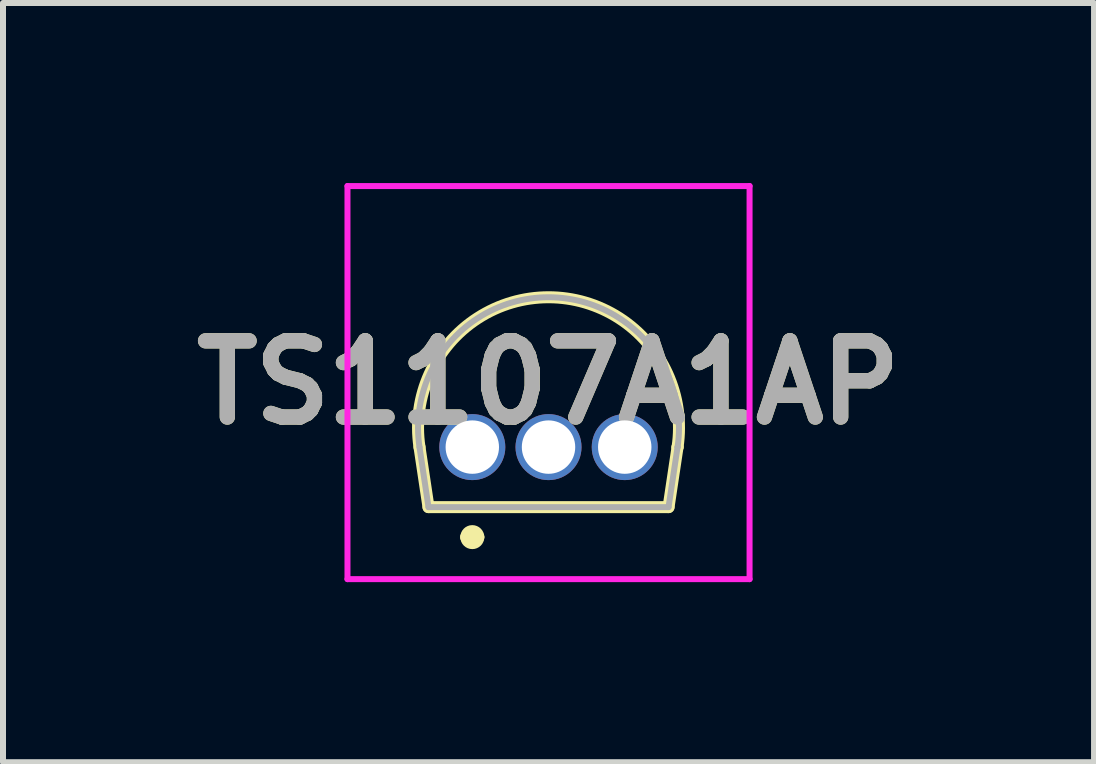
<source format=kicad_pcb>
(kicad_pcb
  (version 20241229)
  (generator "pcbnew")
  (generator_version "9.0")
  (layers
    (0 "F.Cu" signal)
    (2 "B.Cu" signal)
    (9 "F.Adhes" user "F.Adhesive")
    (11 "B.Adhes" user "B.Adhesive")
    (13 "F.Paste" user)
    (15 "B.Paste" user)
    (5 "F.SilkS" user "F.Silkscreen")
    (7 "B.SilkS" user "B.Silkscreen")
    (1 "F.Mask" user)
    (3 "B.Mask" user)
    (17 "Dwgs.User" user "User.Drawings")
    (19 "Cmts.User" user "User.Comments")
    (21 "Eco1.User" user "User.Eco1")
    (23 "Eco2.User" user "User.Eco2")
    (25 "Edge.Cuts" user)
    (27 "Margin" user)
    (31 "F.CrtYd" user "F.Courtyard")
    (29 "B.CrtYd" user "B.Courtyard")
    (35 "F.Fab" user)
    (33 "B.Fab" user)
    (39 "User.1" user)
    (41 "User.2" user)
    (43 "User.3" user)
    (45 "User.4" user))
  (footprint "TS1107A1AP"
    (layer "F.Cu")
    (at 4.82 4.4)
    (property "Reference" "TS1107A1AP" (at 1.27 -1.075 0) (layer "F.SilkS") (effects (font (size 1.27 1.27) (thickness 0.254))))
    (attr through_hole)
    (fp_line (start -0.88 0) (end -0.73 1) (stroke (width 0.2) (type solid)) (layer "F.SilkS"))
    (fp_line (start -0.73 1) (end 3.27 1) (stroke (width 0.2) (type solid)) (layer "F.SilkS"))
    (fp_line (start -0.1 1.5) (end -0.1 1.5) (stroke (width 0.2) (type solid)) (layer "F.SilkS"))
    (fp_line (start 0.1 1.5) (end 0.1 1.5) (stroke (width 0.2) (type solid)) (layer "F.SilkS"))
    (fp_line (start 3.27 1) (end 3.42 0) (stroke (width 0.2) (type solid)) (layer "F.SilkS"))
    (fp_line (start 3.42 0) (end 3.42 0) (stroke (width 0.2) (type solid)) (layer "F.SilkS"))
    (fp_arc (start -0.879783 0.001443) (mid 1.26927 -2.496553) (end 3.42 0) (stroke (width 0.2) (type solid)) (layer "F.SilkS"))
    (fp_arc (start -0.1 1.5) (mid 0 1.4) (end 0.1 1.5) (stroke (width 0.2) (type solid)) (layer "F.SilkS"))
    (fp_arc (start 0.1 1.5) (mid 0 1.6) (end -0.1 1.5) (stroke (width 0.2) (type solid)) (layer "F.SilkS"))
    (fp_line (start -2.08 -4.35) (end 4.62 -4.35) (stroke (width 0.1) (type solid)) (layer "F.CrtYd"))
    (fp_line (start -2.08 2.2) (end -2.08 -4.35) (stroke (width 0.1) (type solid)) (layer "F.CrtYd"))
    (fp_line (start 4.62 -4.35) (end 4.62 2.2) (stroke (width 0.1) (type solid)) (layer "F.CrtYd"))
    (fp_line (start 4.62 2.2) (end -2.08 2.2) (stroke (width 0.1) (type solid)) (layer "F.CrtYd"))
    (fp_line (start -0.88 0) (end -0.73 1) (stroke (width 0.1) (type solid)) (layer "F.Fab"))
    (fp_line (start -0.73 1) (end 3.27 1) (stroke (width 0.1) (type solid)) (layer "F.Fab"))
    (fp_line (start 3.27 1) (end 3.42 0) (stroke (width 0.1) (type solid)) (layer "F.Fab"))
    (fp_line (start 3.42 0) (end 3.42 0) (stroke (width 0.1) (type solid)) (layer "F.Fab"))
    (fp_arc (start -0.879783 0.001443) (mid 1.26927 -2.496553) (end 3.42 0) (stroke (width 0.1) (type solid)) (layer "F.Fab"))
    (fp_text user "${REFERENCE}" (at 1.27 -1.075 0) (layer "F.Fab") (effects (font (size 1.27 1.27) (thickness 0.254))))
    (pad "1" thru_hole circle (at 0 0) (size 1.1 1.1) (drill 0.89) (layers "*.Cu" "*.Mask"))
    (pad "2" thru_hole circle (at 1.27 0) (size 1.1 1.1) (drill 0.89) (layers "*.Cu" "*.Mask"))
    (pad "3" thru_hole circle (at 2.54 0) (size 1.1 1.1) (drill 0.89) (layers "*.Cu" "*.Mask")))
  (gr_rect
    (start -3 -3)
    (end 15.18 9.65)
    (stroke (width 0.1) (type default))
    (fill no)
    (layer "Edge.Cuts")))
</source>
